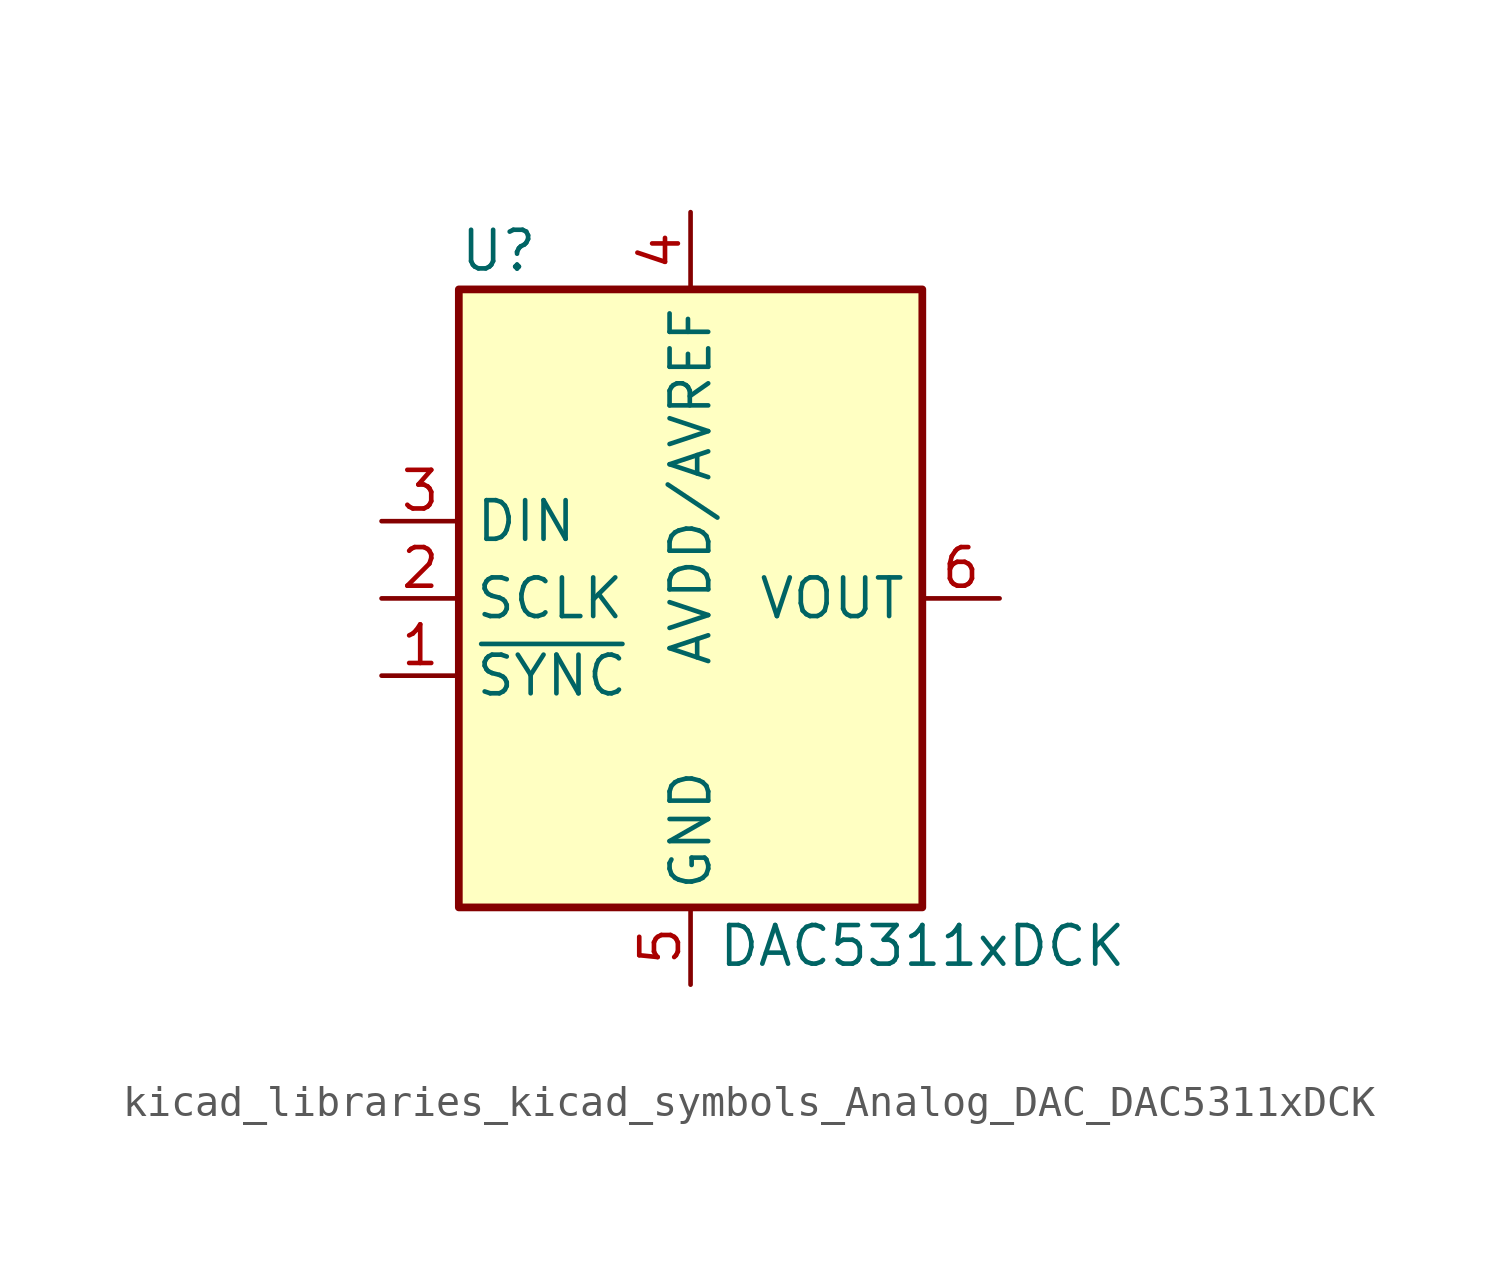
<source format=kicad_sym>
(kicad_symbol_lib
  (version 20220914)
  (generator kicad_symbol_editor)
  (symbol "kicad_libraries_kicad_symbols_Analog_DAC_DAC5311xDCK"
    (property "Reference" "U"
      (at -7.62 11.43 0)
      (effects (font (size 1.27 1.27)) (justify left)))
    (property "Value" "DAC5311xDCK"
      (at 7.62 -11.43 0)
      (effects (font (size 1.27 1.27))))
    (symbol "kicad_libraries_kicad_symbols_Analog_DAC_DAC5311xDCK_0_1"
      (rectangle (start -7.62 10.16) (end 7.62 -10.16) (stroke (width 0.254) (type default)) (fill (type background))))
    (symbol "kicad_libraries_kicad_symbols_Analog_DAC_DAC5311xDCK_1_1"
      (pin input line (at -10.16 -2.54 0) (length 2.54) (name "~{SYNC}" (effects (font (size 1.27 1.27)))) (number "1" (effects (font (size 1.27 1.27)))))
      (pin input line (at -10.16 0 0) (length 2.54) (name "SCLK" (effects (font (size 1.27 1.27)))) (number "2" (effects (font (size 1.27 1.27)))))
      (pin input line (at -10.16 2.54 0) (length 2.54) (name "DIN" (effects (font (size 1.27 1.27)))) (number "3" (effects (font (size 1.27 1.27)))))
      (pin power_in line (at 0 12.7 270) (length 2.54) (name "AVDD/AVREF" (effects (font (size 1.27 1.27)))) (number "4" (effects (font (size 1.27 1.27)))))
      (pin power_in line (at 0 -12.7 90) (length 2.54) (name "GND" (effects (font (size 1.27 1.27)))) (number "5" (effects (font (size 1.27 1.27)))))
      (pin output line (at 10.16 0 180) (length 2.54) (name "VOUT" (effects (font (size 1.27 1.27)))) (number "6" (effects (font (size 1.27 1.27))))))))
</source>
